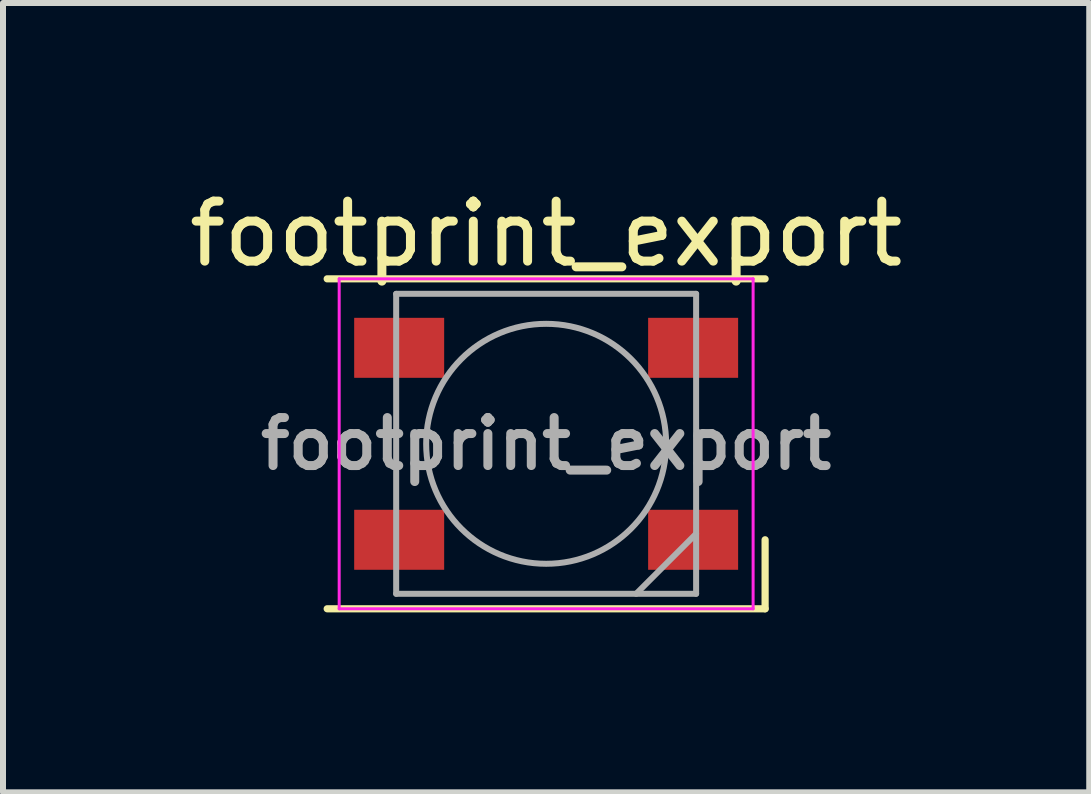
<source format=kicad_pcb>
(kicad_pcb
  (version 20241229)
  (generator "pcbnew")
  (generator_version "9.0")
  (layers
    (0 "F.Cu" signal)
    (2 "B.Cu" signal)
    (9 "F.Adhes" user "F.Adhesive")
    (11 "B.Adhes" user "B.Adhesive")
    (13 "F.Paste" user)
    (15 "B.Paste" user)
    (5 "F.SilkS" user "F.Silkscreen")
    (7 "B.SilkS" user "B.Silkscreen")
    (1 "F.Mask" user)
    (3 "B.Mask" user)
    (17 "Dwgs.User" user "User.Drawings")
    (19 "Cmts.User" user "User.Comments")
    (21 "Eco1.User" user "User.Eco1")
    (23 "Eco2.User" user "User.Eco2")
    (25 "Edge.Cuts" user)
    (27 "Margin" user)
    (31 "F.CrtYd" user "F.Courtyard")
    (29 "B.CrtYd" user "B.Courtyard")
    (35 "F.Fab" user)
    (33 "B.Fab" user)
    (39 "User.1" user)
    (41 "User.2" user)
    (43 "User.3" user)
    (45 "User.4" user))
  (footprint "footprint_export"
    (layer "F.Cu")
    (at 6.054 4.348)
    (property "Reference" "footprint_export" (at 0 -3.5 0) (layer "F.SilkS") (effects (font (size 1 1) (thickness 0.15))))
    (attr smd)
    (fp_line (start -3.65 -2.75) (end 3.65 -2.75) (stroke (width 0.12) (type solid)) (layer "F.SilkS"))
    (fp_line (start -3.65 2.75) (end 3.65 2.75) (stroke (width 0.12) (type solid)) (layer "F.SilkS"))
    (fp_line (start 3.65 2.75) (end 3.65 1.6) (stroke (width 0.12) (type solid)) (layer "F.SilkS"))
    (fp_line (start -3.45 -2.75) (end -3.45 2.75) (stroke (width 0.05) (type solid)) (layer "F.CrtYd"))
    (fp_line (start -3.45 2.75) (end 3.45 2.75) (stroke (width 0.05) (type solid)) (layer "F.CrtYd"))
    (fp_line (start 3.45 -2.75) (end -3.45 -2.75) (stroke (width 0.05) (type solid)) (layer "F.CrtYd"))
    (fp_line (start 3.45 2.75) (end 3.45 -2.75) (stroke (width 0.05) (type solid)) (layer "F.CrtYd"))
    (fp_line (start -2.5 -2.5) (end -2.5 2.5) (stroke (width 0.1) (type solid)) (layer "F.Fab"))
    (fp_line (start -2.5 2.5) (end 2.5 2.5) (stroke (width 0.1) (type solid)) (layer "F.Fab"))
    (fp_line (start 2.5 -2.5) (end -2.5 -2.5) (stroke (width 0.1) (type solid)) (layer "F.Fab"))
    (fp_line (start 2.5 1.5) (end 1.5 2.5) (stroke (width 0.1) (type solid)) (layer "F.Fab"))
    (fp_line (start 2.5 2.5) (end 2.5 -2.5) (stroke (width 0.1) (type solid)) (layer "F.Fab"))
    (fp_circle (center 0 0) (end 0 -2) (stroke (width 0.1) (type solid)) (fill no) (layer "F.Fab"))
    (fp_text user "${REFERENCE}" (at 0 0 0) (layer "F.Fab") (effects (font (size 0.8 0.8) (thickness 0.15))))
    (pad "1" smd rect (at 2.45 1.6) (size 1.5 1) (layers "F.Cu" "F.Mask" "F.Paste"))
    (pad "2" smd rect (at 2.45 -1.6) (size 1.5 1) (layers "F.Cu" "F.Mask" "F.Paste"))
    (pad "3" smd rect (at -2.45 -1.6) (size 1.5 1) (layers "F.Cu" "F.Mask" "F.Paste"))
    (pad "4" smd rect (at -2.45 1.6) (size 1.5 1) (layers "F.Cu" "F.Mask" "F.Paste")))
  (gr_rect
    (start -3 -3)
    (end 15.107 10.158)
    (stroke (width 0.1) (type default))
    (fill no)
    (layer "Edge.Cuts")))
</source>
